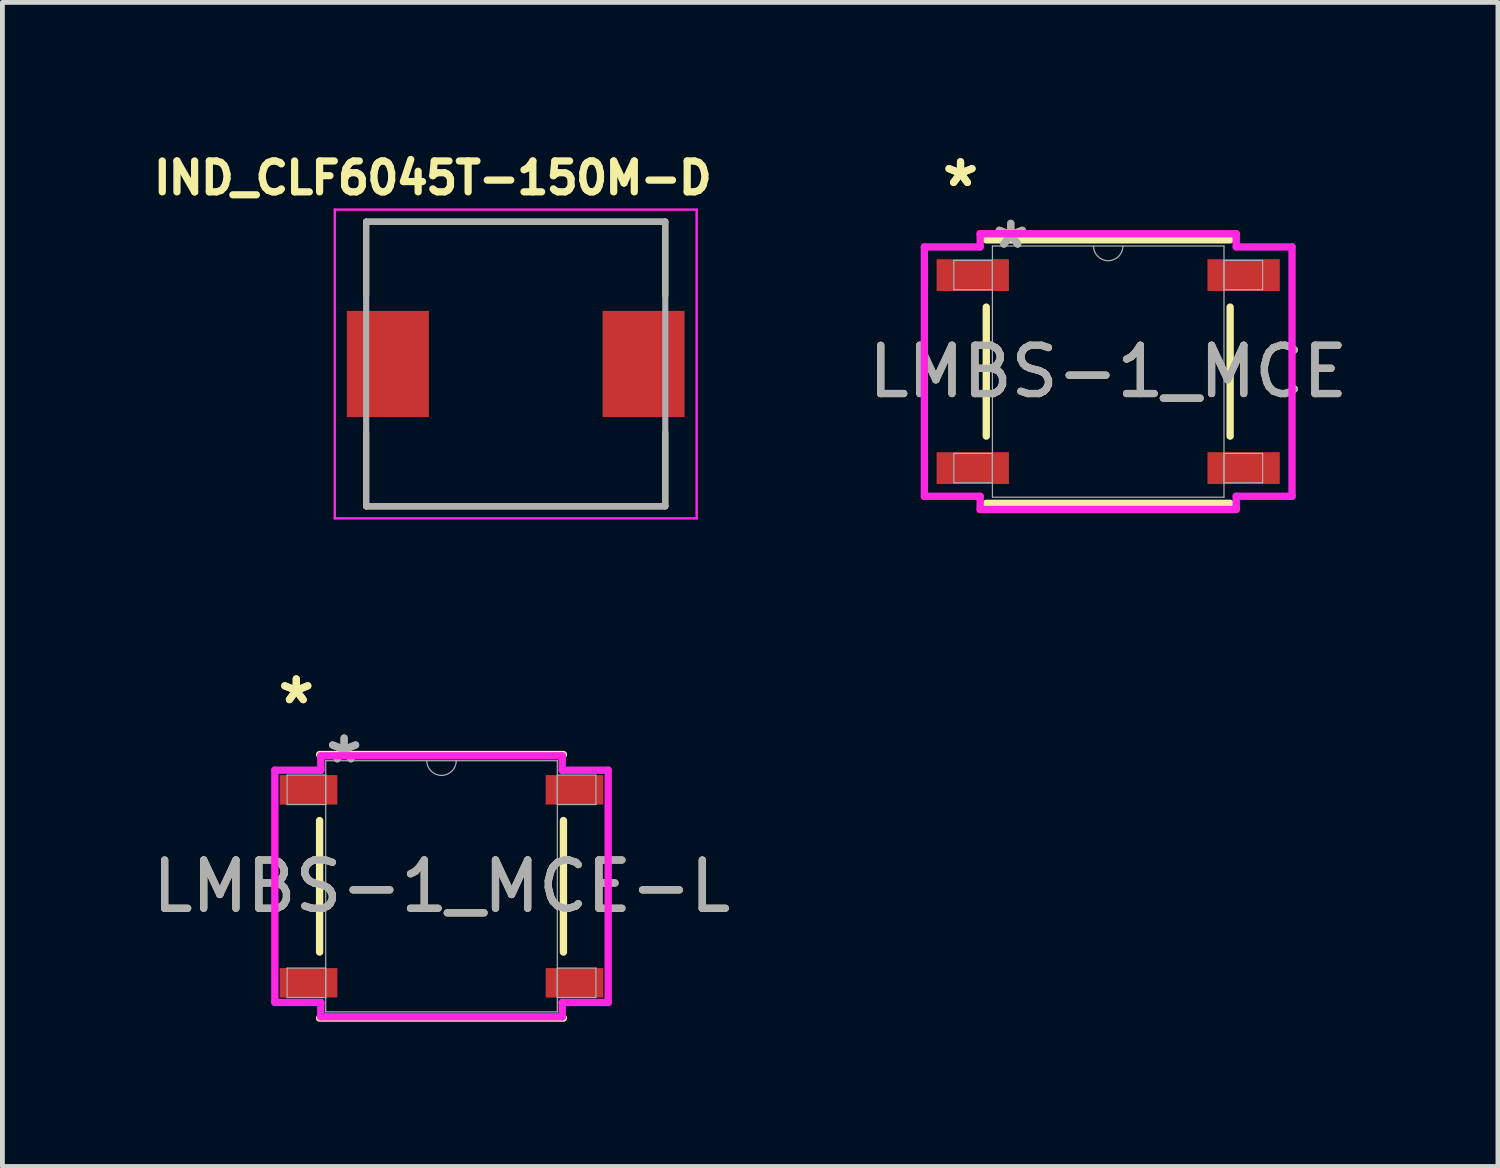
<source format=kicad_pcb>
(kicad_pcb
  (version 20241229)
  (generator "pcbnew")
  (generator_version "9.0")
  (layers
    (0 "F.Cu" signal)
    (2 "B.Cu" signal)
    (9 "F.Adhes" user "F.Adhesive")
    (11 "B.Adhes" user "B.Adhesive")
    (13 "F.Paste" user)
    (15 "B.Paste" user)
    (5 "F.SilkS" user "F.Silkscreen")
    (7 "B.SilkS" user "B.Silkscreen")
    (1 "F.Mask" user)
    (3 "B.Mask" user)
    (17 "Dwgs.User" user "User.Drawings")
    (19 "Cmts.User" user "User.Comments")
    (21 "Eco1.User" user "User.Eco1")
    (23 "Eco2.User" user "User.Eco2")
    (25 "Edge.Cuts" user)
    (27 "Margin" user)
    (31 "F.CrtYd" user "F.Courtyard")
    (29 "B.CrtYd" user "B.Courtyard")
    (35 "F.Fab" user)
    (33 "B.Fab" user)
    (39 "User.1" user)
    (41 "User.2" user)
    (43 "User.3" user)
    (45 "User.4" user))
  (footprint "LMBS-1_MCE-L"
    (layer "F.Cu")
    (at 6.101 15.32)
    (property "Reference" "LMBS-1_MCE-L" (at 0 0 0) (unlocked yes) (layer "F.SilkS") (effects (font (size 1 1) (thickness 0.15))))
    (attr smd)
    (fp_line (start -2.527 -1.363) (end -2.527 1.363) (stroke (width 0.152) (type solid)) (layer "F.SilkS"))
    (fp_line (start -2.527 2.731) (end 2.527 2.731) (stroke (width 0.152) (type solid)) (layer "F.SilkS"))
    (fp_line (start 2.527 -2.731) (end -2.527 -2.731) (stroke (width 0.152) (type solid)) (layer "F.SilkS"))
    (fp_line (start 2.527 1.363) (end 2.527 -1.363) (stroke (width 0.152) (type solid)) (layer "F.SilkS"))
    (fp_line (start -3.454 -2.407) (end -2.502 -2.407) (stroke (width 0.152) (type solid)) (layer "F.CrtYd"))
    (fp_line (start -3.454 2.407) (end -3.454 -2.407) (stroke (width 0.152) (type solid)) (layer "F.CrtYd"))
    (fp_line (start -3.454 2.407) (end -2.502 2.407) (stroke (width 0.152) (type solid)) (layer "F.CrtYd"))
    (fp_line (start -2.502 -2.705) (end 2.502 -2.705) (stroke (width 0.152) (type solid)) (layer "F.CrtYd"))
    (fp_line (start -2.502 -2.407) (end -2.502 -2.705) (stroke (width 0.152) (type solid)) (layer "F.CrtYd"))
    (fp_line (start -2.502 2.705) (end -2.502 2.407) (stroke (width 0.152) (type solid)) (layer "F.CrtYd"))
    (fp_line (start 2.502 -2.705) (end 2.502 -2.407) (stroke (width 0.152) (type solid)) (layer "F.CrtYd"))
    (fp_line (start 2.502 2.407) (end 2.502 2.705) (stroke (width 0.152) (type solid)) (layer "F.CrtYd"))
    (fp_line (start 2.502 2.705) (end -2.502 2.705) (stroke (width 0.152) (type solid)) (layer "F.CrtYd"))
    (fp_line (start 3.454 -2.407) (end 2.502 -2.407) (stroke (width 0.152) (type solid)) (layer "F.CrtYd"))
    (fp_line (start 3.454 -2.407) (end 3.454 2.407) (stroke (width 0.152) (type solid)) (layer "F.CrtYd"))
    (fp_line (start 3.454 2.407) (end 2.502 2.407) (stroke (width 0.152) (type solid)) (layer "F.CrtYd"))
    (fp_line (start -3.2 -2.305) (end -3.2 -1.695) (stroke (width 0.025) (type solid)) (layer "F.Fab"))
    (fp_line (start -3.2 -1.695) (end -2.4 -1.695) (stroke (width 0.025) (type solid)) (layer "F.Fab"))
    (fp_line (start -3.2 1.695) (end -3.2 2.305) (stroke (width 0.025) (type solid)) (layer "F.Fab"))
    (fp_line (start -3.2 2.305) (end -2.4 2.305) (stroke (width 0.025) (type solid)) (layer "F.Fab"))
    (fp_line (start -2.4 -2.603) (end -2.4 2.603) (stroke (width 0.025) (type solid)) (layer "F.Fab"))
    (fp_line (start -2.4 -2.305) (end -3.2 -2.305) (stroke (width 0.025) (type solid)) (layer "F.Fab"))
    (fp_line (start -2.4 -1.695) (end -2.4 -2.305) (stroke (width 0.025) (type solid)) (layer "F.Fab"))
    (fp_line (start -2.4 1.695) (end -3.2 1.695) (stroke (width 0.025) (type solid)) (layer "F.Fab"))
    (fp_line (start -2.4 2.305) (end -2.4 1.695) (stroke (width 0.025) (type solid)) (layer "F.Fab"))
    (fp_line (start -2.4 2.603) (end 2.4 2.603) (stroke (width 0.025) (type solid)) (layer "F.Fab"))
    (fp_line (start 2.4 -2.603) (end -2.4 -2.603) (stroke (width 0.025) (type solid)) (layer "F.Fab"))
    (fp_line (start 2.4 -2.305) (end 2.4 -1.695) (stroke (width 0.025) (type solid)) (layer "F.Fab"))
    (fp_line (start 2.4 -1.695) (end 3.2 -1.695) (stroke (width 0.025) (type solid)) (layer "F.Fab"))
    (fp_line (start 2.4 1.695) (end 2.4 2.305) (stroke (width 0.025) (type solid)) (layer "F.Fab"))
    (fp_line (start 2.4 2.305) (end 3.2 2.305) (stroke (width 0.025) (type solid)) (layer "F.Fab"))
    (fp_line (start 2.4 2.603) (end 2.4 -2.603) (stroke (width 0.025) (type solid)) (layer "F.Fab"))
    (fp_line (start 3.2 -2.305) (end 2.4 -2.305) (stroke (width 0.025) (type solid)) (layer "F.Fab"))
    (fp_line (start 3.2 -1.695) (end 3.2 -2.305) (stroke (width 0.025) (type solid)) (layer "F.Fab"))
    (fp_line (start 3.2 1.695) (end 2.4 1.695) (stroke (width 0.025) (type solid)) (layer "F.Fab"))
    (fp_line (start 3.2 2.305) (end 3.2 1.695) (stroke (width 0.025) (type solid)) (layer "F.Fab"))
    (fp_arc (start 0.3048 -2.6035) (mid 0 -2.2987) (end -0.3048 -2.6035) (stroke (width 0.0254) (type solid)) (layer "F.Fab"))
    (fp_text user "*" (at -3.01 -3.753 0) (unlocked yes) (layer "F.SilkS") (effects (font (size 1 1) (thickness 0.15))))
    (fp_text user "*" (at -3.01 -3.753 0) (layer "F.SilkS") (effects (font (size 1 1) (thickness 0.15))))
    (fp_text user "*" (at -2.019 -2.527 0) (unlocked yes) (layer "F.Fab") (effects (font (size 1 1) (thickness 0.15))))
    (fp_text user "${REFERENCE}" (at 0 0 0) (unlocked yes) (layer "F.Fab") (effects (font (size 1 1) (thickness 0.15))))
    (fp_text user "*" (at -2.019 -2.527 0) (layer "F.Fab") (effects (font (size 1 1) (thickness 0.15))))
    (pad "1" smd rect (at -2.756 -2) (size 1.194 0.61) (layers "F.Cu" "F.Mask" "F.Paste"))
    (pad "2" smd rect (at 2.756 -2) (size 1.194 0.61) (layers "F.Cu" "F.Mask" "F.Paste"))
    (pad "3" smd rect (at 2.756 2) (size 1.194 0.61) (layers "F.Cu" "F.Mask" "F.Paste"))
    (pad "4" smd rect (at -2.756 2) (size 1.194 0.61) (layers "F.Cu" "F.Mask" "F.Paste")))
  (footprint "IND_CLF6045T-150M-D"
    (layer "F.Cu")
    (at 7.639 4.494)
    (property "Reference" "IND_CLF6045T-150M-D" (at -1.718 -3.856 0) (layer "F.SilkS") (effects (font (size 0.64 0.64) (thickness 0.15))))
    (attr smd)
    (fp_line (start -3.1 -2.95) (end -3.1 -1.42) (stroke (width 0.127) (type solid)) (layer "F.SilkS"))
    (fp_line (start -3.1 -2.95) (end 3.1 -2.95) (stroke (width 0.127) (type solid)) (layer "F.SilkS"))
    (fp_line (start -3.1 2.95) (end -3.1 1.42) (stroke (width 0.127) (type solid)) (layer "F.SilkS"))
    (fp_line (start -3.1 2.95) (end 3.1 2.95) (stroke (width 0.127) (type solid)) (layer "F.SilkS"))
    (fp_line (start 3.1 -2.95) (end 3.1 -1.42) (stroke (width 0.127) (type solid)) (layer "F.SilkS"))
    (fp_line (start 3.1 2.95) (end 3.1 1.42) (stroke (width 0.127) (type solid)) (layer "F.SilkS"))
    (fp_line (start -3.75 -3.2) (end -3.75 3.2) (stroke (width 0.05) (type solid)) (layer "F.CrtYd"))
    (fp_line (start -3.75 3.2) (end 3.75 3.2) (stroke (width 0.05) (type solid)) (layer "F.CrtYd"))
    (fp_line (start 3.75 -3.2) (end -3.75 -3.2) (stroke (width 0.05) (type solid)) (layer "F.CrtYd"))
    (fp_line (start 3.75 3.2) (end 3.75 -3.2) (stroke (width 0.05) (type solid)) (layer "F.CrtYd"))
    (fp_line (start -3.1 -2.95) (end -3.1 2.95) (stroke (width 0.127) (type solid)) (layer "F.Fab"))
    (fp_line (start -3.1 -2.95) (end 3.1 -2.95) (stroke (width 0.127) (type solid)) (layer "F.Fab"))
    (fp_line (start -3.1 2.95) (end 3.1 2.95) (stroke (width 0.127) (type solid)) (layer "F.Fab"))
    (fp_line (start 3.1 -2.95) (end 3.1 2.95) (stroke (width 0.127) (type solid)) (layer "F.Fab"))
    (pad "1" smd rect (at -2.65 0) (size 1.7 2.2) (layers "F.Cu" "F.Mask" "F.Paste"))
    (pad "2" smd rect (at 2.65 0) (size 1.7 2.2) (layers "F.Cu" "F.Mask" "F.Paste")))
  (footprint "LMBS-1_MCE"
    (layer "F.Cu")
    (at 19.919 4.652)
    (property "Reference" "LMBS-1_MCE" (at 0 0 0) (unlocked yes) (layer "F.SilkS") (effects (font (size 1 1) (thickness 0.15))))
    (attr smd)
    (fp_line (start -2.527 -1.337) (end -2.527 1.337) (stroke (width 0.152) (type solid)) (layer "F.SilkS"))
    (fp_line (start -2.527 2.731) (end 2.527 2.731) (stroke (width 0.152) (type solid)) (layer "F.SilkS"))
    (fp_line (start 2.527 -2.731) (end -2.527 -2.731) (stroke (width 0.152) (type solid)) (layer "F.SilkS"))
    (fp_line (start 2.527 1.337) (end 2.527 -1.337) (stroke (width 0.152) (type solid)) (layer "F.SilkS"))
    (fp_line (start -3.81 -2.584) (end -2.654 -2.584) (stroke (width 0.152) (type solid)) (layer "F.CrtYd"))
    (fp_line (start -3.81 2.584) (end -3.81 -2.584) (stroke (width 0.152) (type solid)) (layer "F.CrtYd"))
    (fp_line (start -3.81 2.584) (end -2.654 2.584) (stroke (width 0.152) (type solid)) (layer "F.CrtYd"))
    (fp_line (start -2.654 -2.857) (end 2.654 -2.857) (stroke (width 0.152) (type solid)) (layer "F.CrtYd"))
    (fp_line (start -2.654 -2.584) (end -2.654 -2.857) (stroke (width 0.152) (type solid)) (layer "F.CrtYd"))
    (fp_line (start -2.654 2.857) (end -2.654 2.584) (stroke (width 0.152) (type solid)) (layer "F.CrtYd"))
    (fp_line (start 2.654 -2.857) (end 2.654 -2.584) (stroke (width 0.152) (type solid)) (layer "F.CrtYd"))
    (fp_line (start 2.654 2.584) (end 2.654 2.857) (stroke (width 0.152) (type solid)) (layer "F.CrtYd"))
    (fp_line (start 2.654 2.857) (end -2.654 2.857) (stroke (width 0.152) (type solid)) (layer "F.CrtYd"))
    (fp_line (start 3.81 -2.584) (end 2.654 -2.584) (stroke (width 0.152) (type solid)) (layer "F.CrtYd"))
    (fp_line (start 3.81 -2.584) (end 3.81 2.584) (stroke (width 0.152) (type solid)) (layer "F.CrtYd"))
    (fp_line (start 3.81 2.584) (end 2.654 2.584) (stroke (width 0.152) (type solid)) (layer "F.CrtYd"))
    (fp_line (start -3.2 -2.305) (end -3.2 -1.695) (stroke (width 0.025) (type solid)) (layer "F.Fab"))
    (fp_line (start -3.2 -1.695) (end -2.4 -1.695) (stroke (width 0.025) (type solid)) (layer "F.Fab"))
    (fp_line (start -3.2 1.695) (end -3.2 2.305) (stroke (width 0.025) (type solid)) (layer "F.Fab"))
    (fp_line (start -3.2 2.305) (end -2.4 2.305) (stroke (width 0.025) (type solid)) (layer "F.Fab"))
    (fp_line (start -2.4 -2.603) (end -2.4 2.603) (stroke (width 0.025) (type solid)) (layer "F.Fab"))
    (fp_line (start -2.4 -2.305) (end -3.2 -2.305) (stroke (width 0.025) (type solid)) (layer "F.Fab"))
    (fp_line (start -2.4 -1.695) (end -2.4 -2.305) (stroke (width 0.025) (type solid)) (layer "F.Fab"))
    (fp_line (start -2.4 1.695) (end -3.2 1.695) (stroke (width 0.025) (type solid)) (layer "F.Fab"))
    (fp_line (start -2.4 2.305) (end -2.4 1.695) (stroke (width 0.025) (type solid)) (layer "F.Fab"))
    (fp_line (start -2.4 2.603) (end 2.4 2.603) (stroke (width 0.025) (type solid)) (layer "F.Fab"))
    (fp_line (start 2.4 -2.603) (end -2.4 -2.603) (stroke (width 0.025) (type solid)) (layer "F.Fab"))
    (fp_line (start 2.4 -2.305) (end 2.4 -1.695) (stroke (width 0.025) (type solid)) (layer "F.Fab"))
    (fp_line (start 2.4 -1.695) (end 3.2 -1.695) (stroke (width 0.025) (type solid)) (layer "F.Fab"))
    (fp_line (start 2.4 1.695) (end 2.4 2.305) (stroke (width 0.025) (type solid)) (layer "F.Fab"))
    (fp_line (start 2.4 2.305) (end 3.2 2.305) (stroke (width 0.025) (type solid)) (layer "F.Fab"))
    (fp_line (start 2.4 2.603) (end 2.4 -2.603) (stroke (width 0.025) (type solid)) (layer "F.Fab"))
    (fp_line (start 3.2 -2.305) (end 2.4 -2.305) (stroke (width 0.025) (type solid)) (layer "F.Fab"))
    (fp_line (start 3.2 -1.695) (end 3.2 -2.305) (stroke (width 0.025) (type solid)) (layer "F.Fab"))
    (fp_line (start 3.2 1.695) (end 2.4 1.695) (stroke (width 0.025) (type solid)) (layer "F.Fab"))
    (fp_line (start 3.2 2.305) (end 3.2 1.695) (stroke (width 0.025) (type solid)) (layer "F.Fab"))
    (fp_arc (start 0.3048 -2.6035) (mid 0 -2.2987) (end -0.3048 -2.6035) (stroke (width 0.0254) (type solid)) (layer "F.Fab"))
    (fp_text user "*" (at -3.061 -3.804 0) (layer "F.SilkS") (effects (font (size 1 1) (thickness 0.15))))
    (fp_text user "*" (at -3.061 -3.804 0) (unlocked yes) (layer "F.SilkS") (effects (font (size 1 1) (thickness 0.15))))
    (fp_text user "*" (at -2.019 -2.527 0) (layer "F.Fab") (effects (font (size 1 1) (thickness 0.15))))
    (fp_text user "${REFERENCE}" (at 0 0 0) (unlocked yes) (layer "F.Fab") (effects (font (size 1 1) (thickness 0.15))))
    (fp_text user "*" (at -2.019 -2.527 0) (unlocked yes) (layer "F.Fab") (effects (font (size 1 1) (thickness 0.15))))
    (pad "1" smd rect (at -2.807 -2) (size 1.499 0.66) (layers "F.Cu" "F.Mask" "F.Paste"))
    (pad "2" smd rect (at 2.807 -2) (size 1.499 0.66) (layers "F.Cu" "F.Mask" "F.Paste"))
    (pad "3" smd rect (at 2.807 2) (size 1.499 0.66) (layers "F.Cu" "F.Mask" "F.Paste"))
    (pad "4" smd rect (at -2.807 2) (size 1.499 0.66) (layers "F.Cu" "F.Mask" "F.Paste")))
  (gr_rect
    (start -3 -3)
    (end 27.997 21.127)
    (stroke (width 0.1) (type default))
    (fill no)
    (layer "Edge.Cuts")))
</source>
